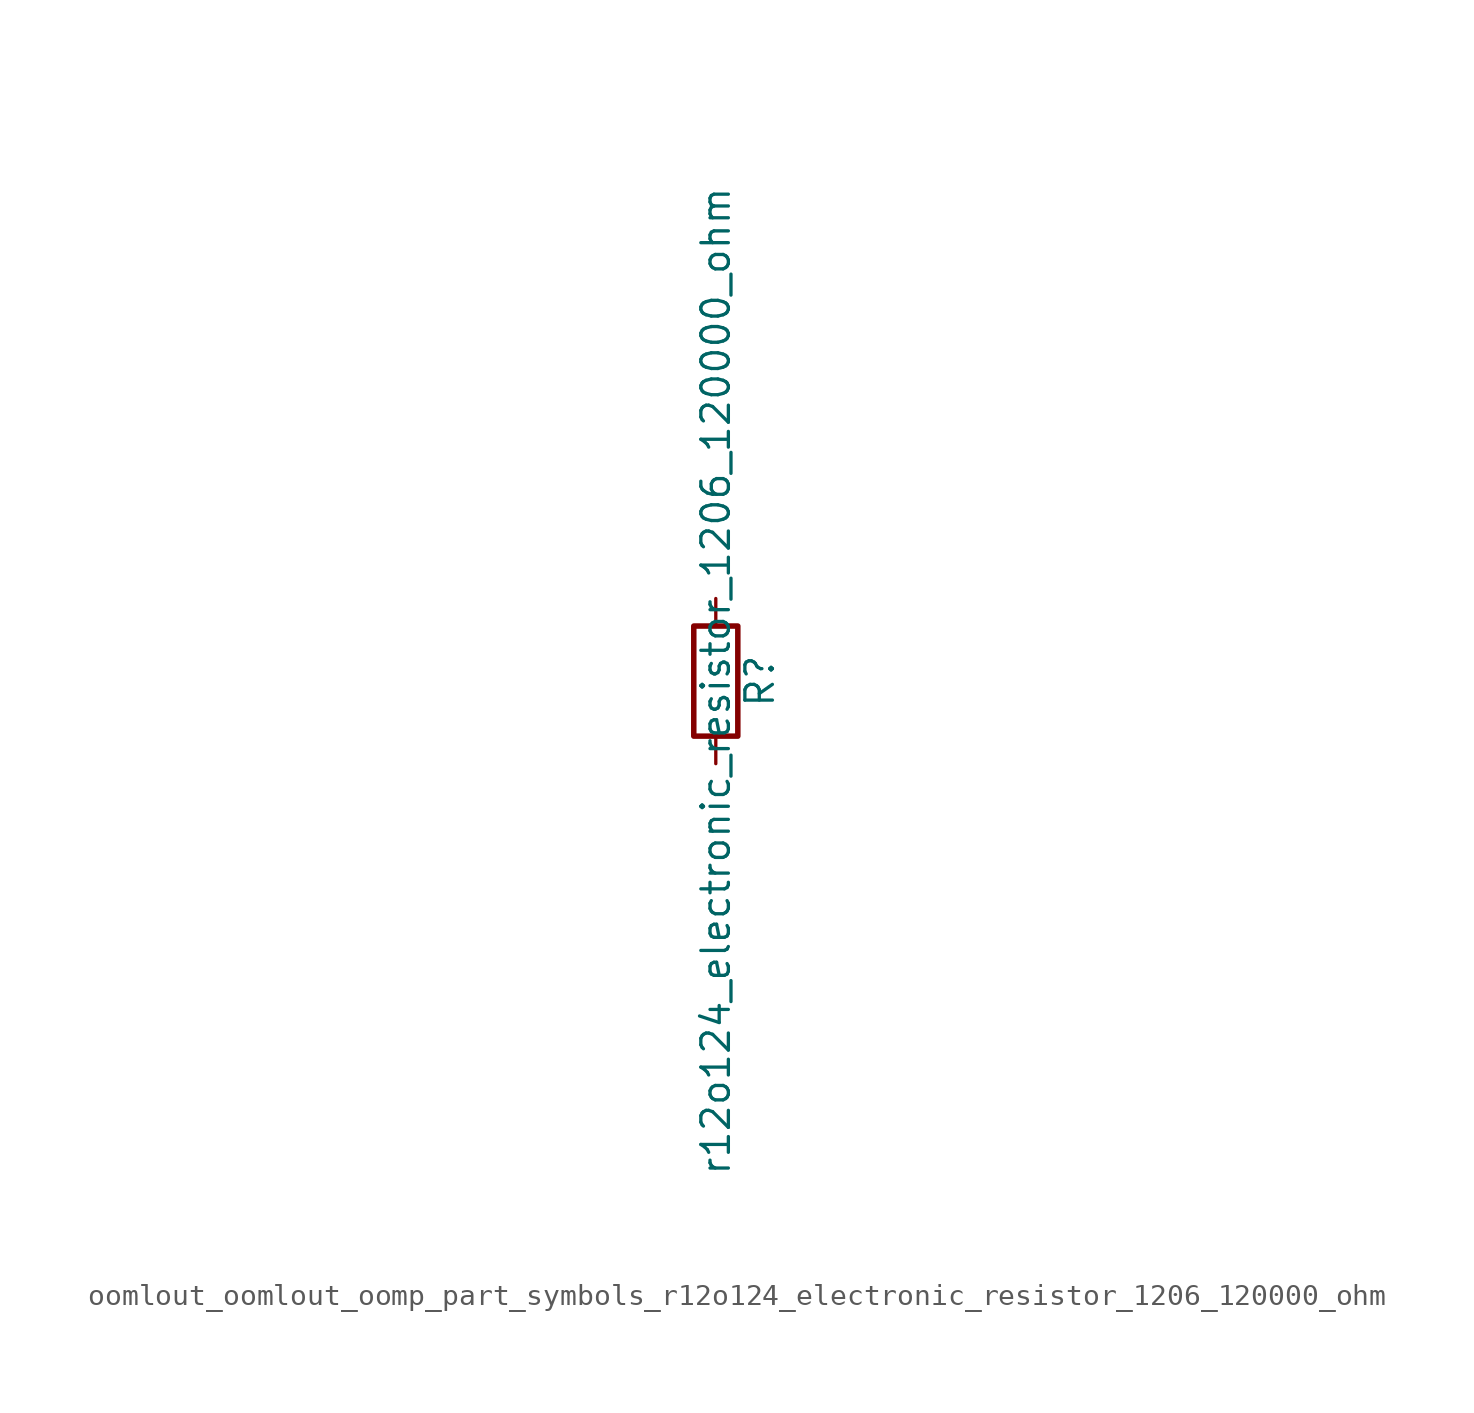
<source format=kicad_sym>
(kicad_symbol_lib
  (version 20220914)
  (generator kicad_symbol_editor)
  (symbol "oomlout_oomlout_oomp_part_symbols_r12o124_electronic_resistor_1206_120000_ohm"
    (pin_numbers hide)
    (pin_names
      (offset 0))
    (property "Reference" "R"
      (at 2.032 0 90)
      (effects (font (size 1.27 1.27))))
    (property "Value" "r12o124_electronic_resistor_1206_120000_ohm"
      (at 0 0 90)
      (effects (font (size 1.27 1.27))))
    (symbol "oomlout_oomlout_oomp_part_symbols_r12o124_electronic_resistor_1206_120000_ohm_0_1"
      (rectangle (start -1.016 -2.54) (end 1.016 2.54) (stroke (width 0.254) (type default)) (fill (type none))))
    (symbol "oomlout_oomlout_oomp_part_symbols_r12o124_electronic_resistor_1206_120000_ohm_1_1"
      (pin passive line (at 0 3.81 270) (length 1.27) (name "~" (effects (font (size 1.27 1.27)))) (number "1" (effects (font (size 1.27 1.27)))))
      (pin passive line (at 0 -3.81 90) (length 1.27) (name "~" (effects (font (size 1.27 1.27)))) (number "2" (effects (font (size 1.27 1.27))))))))
</source>
